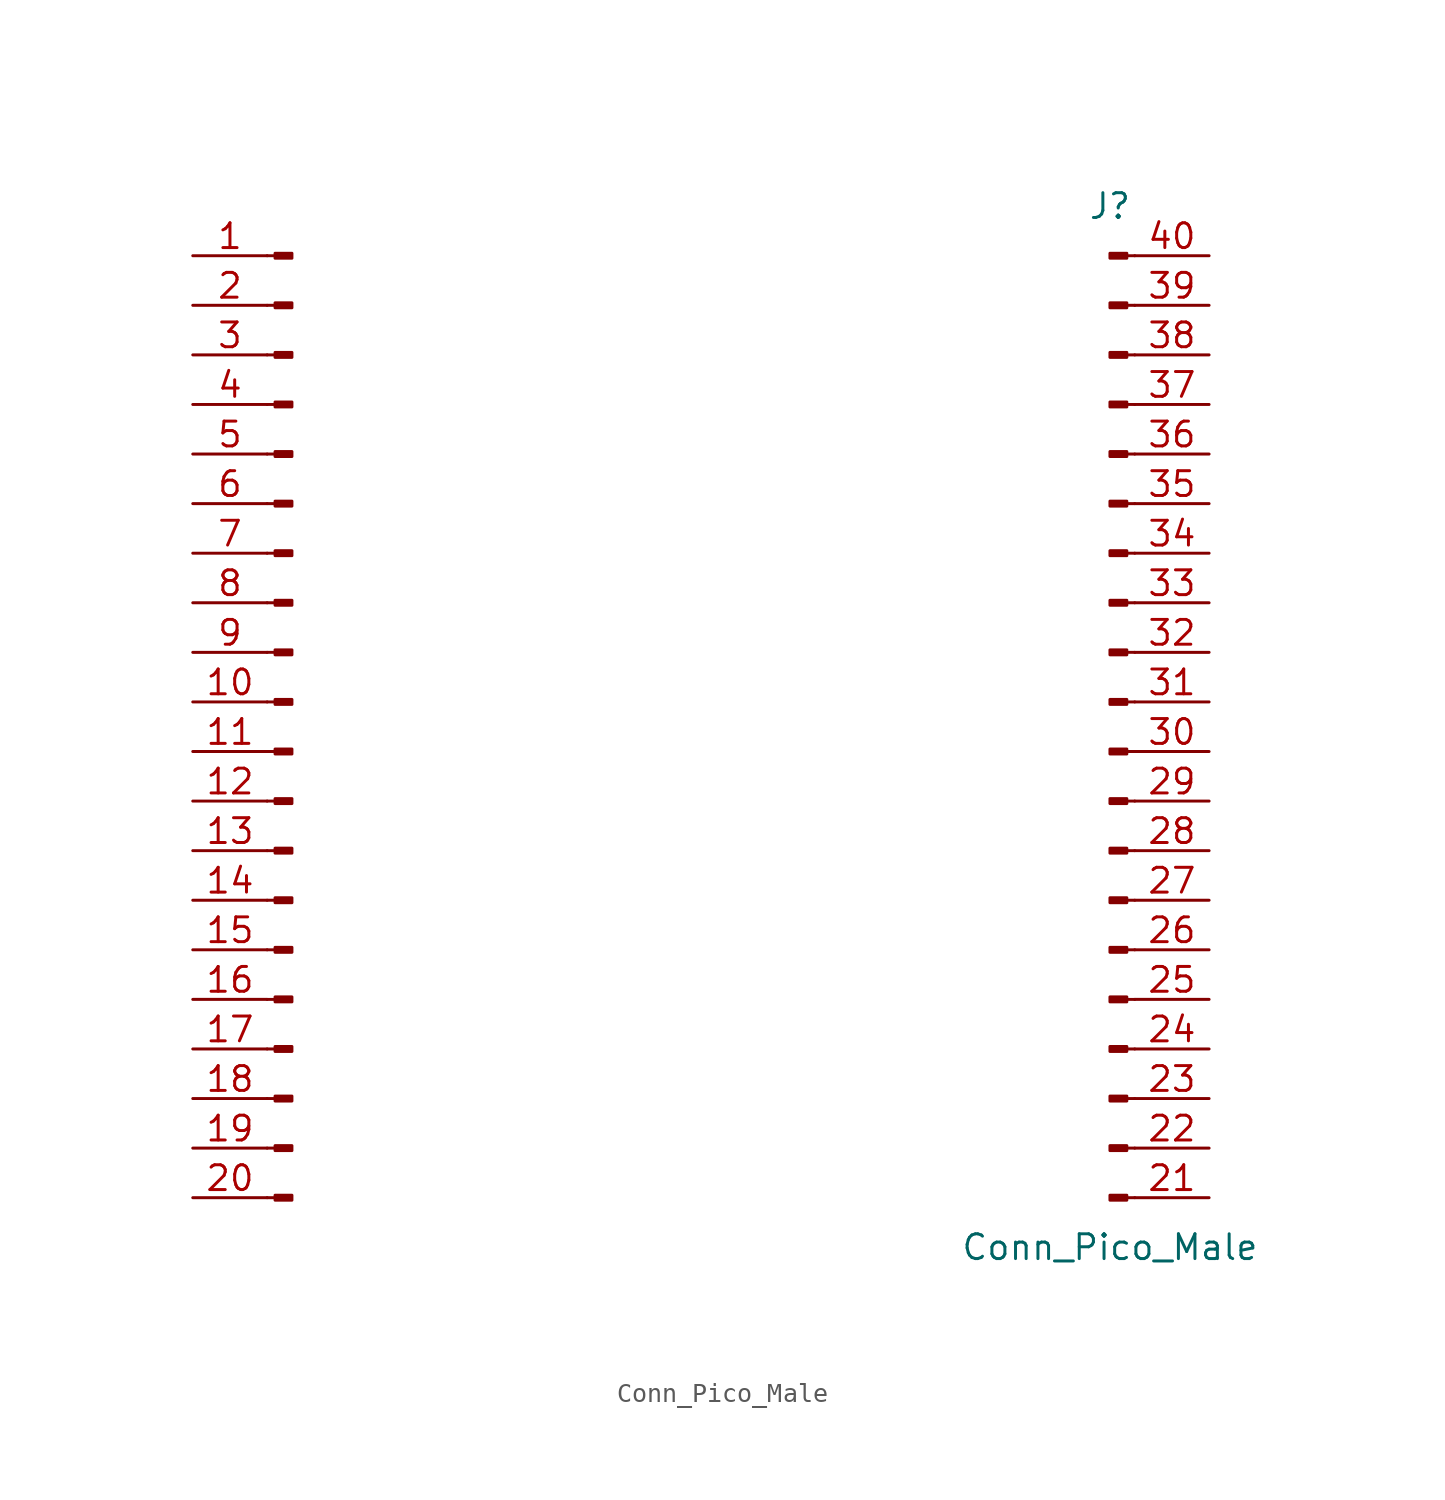
<source format=kicad_sym>
(kicad_symbol_lib
  (version 20241209)
  (generator "kicad_symbol_editor")
  (generator_version "9.0")
  (symbol "Conn_Pico_Male"
    (pin_names
      (offset 1.016)
      (hide yes))
    (property "Reference" "J"
      (at 20.32 26.67 0)
      (effects (font (size 1.27 1.27))))
    (property "Value" "Conn_Pico_Male"
      (at 20.32 -26.67 0)
      (effects (font (size 1.27 1.27))))
    (property "ki_locked" ""
      (at 0 0 0)
      (effects (font (size 1.27 1.27))))
    (symbol "Conn_Pico_Male_1_1"
      (polyline (pts (xy -22.86 24.13) (xy -22.454 24.13)) (stroke (width 0.152) (type default)) (fill (type none)))
      (polyline (pts (xy -22.86 21.59) (xy -22.454 21.59)) (stroke (width 0.152) (type default)) (fill (type none)))
      (polyline (pts (xy -22.86 19.05) (xy -22.454 19.05)) (stroke (width 0.152) (type default)) (fill (type none)))
      (polyline (pts (xy -22.86 16.51) (xy -22.454 16.51)) (stroke (width 0.152) (type default)) (fill (type none)))
      (polyline (pts (xy -22.86 13.97) (xy -22.454 13.97)) (stroke (width 0.152) (type default)) (fill (type none)))
      (polyline (pts (xy -22.86 11.43) (xy -22.454 11.43)) (stroke (width 0.152) (type default)) (fill (type none)))
      (polyline (pts (xy -22.86 8.89) (xy -22.454 8.89)) (stroke (width 0.152) (type default)) (fill (type none)))
      (polyline (pts (xy -22.86 6.35) (xy -22.454 6.35)) (stroke (width 0.152) (type default)) (fill (type none)))
      (polyline (pts (xy -22.86 3.81) (xy -22.454 3.81)) (stroke (width 0.152) (type default)) (fill (type none)))
      (polyline (pts (xy -22.86 1.27) (xy -22.454 1.27)) (stroke (width 0.152) (type default)) (fill (type none)))
      (polyline (pts (xy -22.86 -1.27) (xy -22.454 -1.27)) (stroke (width 0.152) (type default)) (fill (type none)))
      (polyline (pts (xy -22.86 -3.81) (xy -22.454 -3.81)) (stroke (width 0.152) (type default)) (fill (type none)))
      (polyline (pts (xy -22.86 -6.35) (xy -22.454 -6.35)) (stroke (width 0.152) (type default)) (fill (type none)))
      (polyline (pts (xy -22.86 -8.89) (xy -22.454 -8.89)) (stroke (width 0.152) (type default)) (fill (type none)))
      (polyline (pts (xy -22.86 -11.43) (xy -22.454 -11.43)) (stroke (width 0.152) (type default)) (fill (type none)))
      (polyline (pts (xy -22.86 -13.97) (xy -22.454 -13.97)) (stroke (width 0.152) (type default)) (fill (type none)))
      (polyline (pts (xy -22.86 -16.51) (xy -22.454 -16.51)) (stroke (width 0.152) (type default)) (fill (type none)))
      (polyline (pts (xy -22.86 -19.05) (xy -22.454 -19.05)) (stroke (width 0.152) (type default)) (fill (type none)))
      (polyline (pts (xy -22.86 -21.59) (xy -22.454 -21.59)) (stroke (width 0.152) (type default)) (fill (type none)))
      (polyline (pts (xy -22.86 -24.13) (xy -22.454 -24.13)) (stroke (width 0.152) (type default)) (fill (type none)))
      (rectangle (start -22.454 24.257) (end -21.59 24.003) (stroke (width 0.152) (type default)) (fill (type outline)))
      (rectangle (start -22.454 21.717) (end -21.59 21.463) (stroke (width 0.152) (type default)) (fill (type outline)))
      (rectangle (start -22.454 19.177) (end -21.59 18.923) (stroke (width 0.152) (type default)) (fill (type outline)))
      (rectangle (start -22.454 16.637) (end -21.59 16.383) (stroke (width 0.152) (type default)) (fill (type outline)))
      (rectangle (start -22.454 14.097) (end -21.59 13.843) (stroke (width 0.152) (type default)) (fill (type outline)))
      (rectangle (start -22.454 11.557) (end -21.59 11.303) (stroke (width 0.152) (type default)) (fill (type outline)))
      (rectangle (start -22.454 9.017) (end -21.59 8.763) (stroke (width 0.152) (type default)) (fill (type outline)))
      (rectangle (start -22.454 6.477) (end -21.59 6.223) (stroke (width 0.152) (type default)) (fill (type outline)))
      (rectangle (start -22.454 3.937) (end -21.59 3.683) (stroke (width 0.152) (type default)) (fill (type outline)))
      (rectangle (start -22.454 1.397) (end -21.59 1.143) (stroke (width 0.152) (type default)) (fill (type outline)))
      (rectangle (start -22.454 -1.143) (end -21.59 -1.397) (stroke (width 0.152) (type default)) (fill (type outline)))
      (rectangle (start -22.454 -3.683) (end -21.59 -3.937) (stroke (width 0.152) (type default)) (fill (type outline)))
      (rectangle (start -22.454 -6.223) (end -21.59 -6.477) (stroke (width 0.152) (type default)) (fill (type outline)))
      (rectangle (start -22.454 -8.763) (end -21.59 -9.017) (stroke (width 0.152) (type default)) (fill (type outline)))
      (rectangle (start -22.454 -11.303) (end -21.59 -11.557) (stroke (width 0.152) (type default)) (fill (type outline)))
      (rectangle (start -22.454 -13.843) (end -21.59 -14.097) (stroke (width 0.152) (type default)) (fill (type outline)))
      (rectangle (start -22.454 -16.383) (end -21.59 -16.637) (stroke (width 0.152) (type default)) (fill (type outline)))
      (rectangle (start -22.454 -18.923) (end -21.59 -19.177) (stroke (width 0.152) (type default)) (fill (type outline)))
      (rectangle (start -22.454 -21.463) (end -21.59 -21.717) (stroke (width 0.152) (type default)) (fill (type outline)))
      (rectangle (start -22.454 -24.003) (end -21.59 -24.257) (stroke (width 0.152) (type default)) (fill (type outline)))
      (rectangle (start 21.184 24.257) (end 20.32 24.003) (stroke (width 0.152) (type default)) (fill (type outline)))
      (rectangle (start 21.184 21.717) (end 20.32 21.463) (stroke (width 0.152) (type default)) (fill (type outline)))
      (rectangle (start 21.184 19.177) (end 20.32 18.923) (stroke (width 0.152) (type default)) (fill (type outline)))
      (rectangle (start 21.184 16.637) (end 20.32 16.383) (stroke (width 0.152) (type default)) (fill (type outline)))
      (rectangle (start 21.184 14.097) (end 20.32 13.843) (stroke (width 0.152) (type default)) (fill (type outline)))
      (rectangle (start 21.184 11.557) (end 20.32 11.303) (stroke (width 0.152) (type default)) (fill (type outline)))
      (rectangle (start 21.184 9.017) (end 20.32 8.763) (stroke (width 0.152) (type default)) (fill (type outline)))
      (rectangle (start 21.184 6.477) (end 20.32 6.223) (stroke (width 0.152) (type default)) (fill (type outline)))
      (rectangle (start 21.184 3.937) (end 20.32 3.683) (stroke (width 0.152) (type default)) (fill (type outline)))
      (rectangle (start 21.184 1.397) (end 20.32 1.143) (stroke (width 0.152) (type default)) (fill (type outline)))
      (rectangle (start 21.184 -1.143) (end 20.32 -1.397) (stroke (width 0.152) (type default)) (fill (type outline)))
      (rectangle (start 21.184 -3.683) (end 20.32 -3.937) (stroke (width 0.152) (type default)) (fill (type outline)))
      (rectangle (start 21.184 -6.223) (end 20.32 -6.477) (stroke (width 0.152) (type default)) (fill (type outline)))
      (rectangle (start 21.184 -8.763) (end 20.32 -9.017) (stroke (width 0.152) (type default)) (fill (type outline)))
      (rectangle (start 21.184 -11.303) (end 20.32 -11.557) (stroke (width 0.152) (type default)) (fill (type outline)))
      (rectangle (start 21.184 -13.843) (end 20.32 -14.097) (stroke (width 0.152) (type default)) (fill (type outline)))
      (rectangle (start 21.184 -16.383) (end 20.32 -16.637) (stroke (width 0.152) (type default)) (fill (type outline)))
      (rectangle (start 21.184 -18.923) (end 20.32 -19.177) (stroke (width 0.152) (type default)) (fill (type outline)))
      (rectangle (start 21.184 -21.463) (end 20.32 -21.717) (stroke (width 0.152) (type default)) (fill (type outline)))
      (rectangle (start 21.184 -24.003) (end 20.32 -24.257) (stroke (width 0.152) (type default)) (fill (type outline)))
      (polyline (pts (xy 21.59 24.13) (xy 21.184 24.13)) (stroke (width 0.152) (type default)) (fill (type none)))
      (polyline (pts (xy 21.59 21.59) (xy 21.184 21.59)) (stroke (width 0.152) (type default)) (fill (type none)))
      (polyline (pts (xy 21.59 19.05) (xy 21.184 19.05)) (stroke (width 0.152) (type default)) (fill (type none)))
      (polyline (pts (xy 21.59 16.51) (xy 21.184 16.51)) (stroke (width 0.152) (type default)) (fill (type none)))
      (polyline (pts (xy 21.59 13.97) (xy 21.184 13.97)) (stroke (width 0.152) (type default)) (fill (type none)))
      (polyline (pts (xy 21.59 11.43) (xy 21.184 11.43)) (stroke (width 0.152) (type default)) (fill (type none)))
      (polyline (pts (xy 21.59 8.89) (xy 21.184 8.89)) (stroke (width 0.152) (type default)) (fill (type none)))
      (polyline (pts (xy 21.59 6.35) (xy 21.184 6.35)) (stroke (width 0.152) (type default)) (fill (type none)))
      (polyline (pts (xy 21.59 3.81) (xy 21.184 3.81)) (stroke (width 0.152) (type default)) (fill (type none)))
      (polyline (pts (xy 21.59 1.27) (xy 21.184 1.27)) (stroke (width 0.152) (type default)) (fill (type none)))
      (polyline (pts (xy 21.59 -1.27) (xy 21.184 -1.27)) (stroke (width 0.152) (type default)) (fill (type none)))
      (polyline (pts (xy 21.59 -3.81) (xy 21.184 -3.81)) (stroke (width 0.152) (type default)) (fill (type none)))
      (polyline (pts (xy 21.59 -6.35) (xy 21.184 -6.35)) (stroke (width 0.152) (type default)) (fill (type none)))
      (polyline (pts (xy 21.59 -8.89) (xy 21.184 -8.89)) (stroke (width 0.152) (type default)) (fill (type none)))
      (polyline (pts (xy 21.59 -11.43) (xy 21.184 -11.43)) (stroke (width 0.152) (type default)) (fill (type none)))
      (polyline (pts (xy 21.59 -13.97) (xy 21.184 -13.97)) (stroke (width 0.152) (type default)) (fill (type none)))
      (polyline (pts (xy 21.59 -16.51) (xy 21.184 -16.51)) (stroke (width 0.152) (type default)) (fill (type none)))
      (polyline (pts (xy 21.59 -19.05) (xy 21.184 -19.05)) (stroke (width 0.152) (type default)) (fill (type none)))
      (polyline (pts (xy 21.59 -21.59) (xy 21.184 -21.59)) (stroke (width 0.152) (type default)) (fill (type none)))
      (polyline (pts (xy 21.59 -24.13) (xy 21.184 -24.13)) (stroke (width 0.152) (type default)) (fill (type none)))
      (pin passive line (at -26.67 24.13 0) (length 3.81) (name "Pin_1" (effects (font (size 1.27 1.27)))) (number "1" (effects (font (size 1.27 1.27)))))
      (pin passive line (at -26.67 21.59 0) (length 3.81) (name "Pin_2" (effects (font (size 1.27 1.27)))) (number "2" (effects (font (size 1.27 1.27)))))
      (pin passive line (at -26.67 19.05 0) (length 3.81) (name "Pin_3" (effects (font (size 1.27 1.27)))) (number "3" (effects (font (size 1.27 1.27)))))
      (pin passive line (at -26.67 16.51 0) (length 3.81) (name "Pin_4" (effects (font (size 1.27 1.27)))) (number "4" (effects (font (size 1.27 1.27)))))
      (pin passive line (at -26.67 13.97 0) (length 3.81) (name "Pin_5" (effects (font (size 1.27 1.27)))) (number "5" (effects (font (size 1.27 1.27)))))
      (pin passive line (at -26.67 11.43 0) (length 3.81) (name "Pin_6" (effects (font (size 1.27 1.27)))) (number "6" (effects (font (size 1.27 1.27)))))
      (pin passive line (at -26.67 8.89 0) (length 3.81) (name "Pin_7" (effects (font (size 1.27 1.27)))) (number "7" (effects (font (size 1.27 1.27)))))
      (pin passive line (at -26.67 6.35 0) (length 3.81) (name "Pin_8" (effects (font (size 1.27 1.27)))) (number "8" (effects (font (size 1.27 1.27)))))
      (pin passive line (at -26.67 3.81 0) (length 3.81) (name "Pin_9" (effects (font (size 1.27 1.27)))) (number "9" (effects (font (size 1.27 1.27)))))
      (pin passive line (at -26.67 1.27 0) (length 3.81) (name "Pin_10" (effects (font (size 1.27 1.27)))) (number "10" (effects (font (size 1.27 1.27)))))
      (pin passive line (at -26.67 -1.27 0) (length 3.81) (name "Pin_11" (effects (font (size 1.27 1.27)))) (number "11" (effects (font (size 1.27 1.27)))))
      (pin passive line (at -26.67 -3.81 0) (length 3.81) (name "Pin_12" (effects (font (size 1.27 1.27)))) (number "12" (effects (font (size 1.27 1.27)))))
      (pin passive line (at -26.67 -6.35 0) (length 3.81) (name "Pin_13" (effects (font (size 1.27 1.27)))) (number "13" (effects (font (size 1.27 1.27)))))
      (pin passive line (at -26.67 -8.89 0) (length 3.81) (name "Pin_14" (effects (font (size 1.27 1.27)))) (number "14" (effects (font (size 1.27 1.27)))))
      (pin passive line (at -26.67 -11.43 0) (length 3.81) (name "Pin_15" (effects (font (size 1.27 1.27)))) (number "15" (effects (font (size 1.27 1.27)))))
      (pin passive line (at -26.67 -13.97 0) (length 3.81) (name "Pin_16" (effects (font (size 1.27 1.27)))) (number "16" (effects (font (size 1.27 1.27)))))
      (pin passive line (at -26.67 -16.51 0) (length 3.81) (name "Pin_17" (effects (font (size 1.27 1.27)))) (number "17" (effects (font (size 1.27 1.27)))))
      (pin passive line (at -26.67 -19.05 0) (length 3.81) (name "Pin_18" (effects (font (size 1.27 1.27)))) (number "18" (effects (font (size 1.27 1.27)))))
      (pin passive line (at -26.67 -21.59 0) (length 3.81) (name "Pin_19" (effects (font (size 1.27 1.27)))) (number "19" (effects (font (size 1.27 1.27)))))
      (pin passive line (at -26.67 -24.13 0) (length 3.81) (name "Pin_20" (effects (font (size 1.27 1.27)))) (number "20" (effects (font (size 1.27 1.27)))))
      (pin passive line (at 25.4 24.13 180) (length 3.81) (name "Pin_40" (effects (font (size 1.27 1.27)))) (number "40" (effects (font (size 1.27 1.27)))))
      (pin passive line (at 25.4 21.59 180) (length 3.81) (name "Pin_39" (effects (font (size 1.27 1.27)))) (number "39" (effects (font (size 1.27 1.27)))))
      (pin passive line (at 25.4 19.05 180) (length 3.81) (name "Pin_38" (effects (font (size 1.27 1.27)))) (number "38" (effects (font (size 1.27 1.27)))))
      (pin passive line (at 25.4 16.51 180) (length 3.81) (name "Pin_37" (effects (font (size 1.27 1.27)))) (number "37" (effects (font (size 1.27 1.27)))))
      (pin passive line (at 25.4 13.97 180) (length 3.81) (name "Pin_36" (effects (font (size 1.27 1.27)))) (number "36" (effects (font (size 1.27 1.27)))))
      (pin passive line (at 25.4 11.43 180) (length 3.81) (name "Pin_35" (effects (font (size 1.27 1.27)))) (number "35" (effects (font (size 1.27 1.27)))))
      (pin passive line (at 25.4 8.89 180) (length 3.81) (name "Pin_34" (effects (font (size 1.27 1.27)))) (number "34" (effects (font (size 1.27 1.27)))))
      (pin passive line (at 25.4 6.35 180) (length 3.81) (name "Pin_33" (effects (font (size 1.27 1.27)))) (number "33" (effects (font (size 1.27 1.27)))))
      (pin passive line (at 25.4 3.81 180) (length 3.81) (name "Pin_32" (effects (font (size 1.27 1.27)))) (number "32" (effects (font (size 1.27 1.27)))))
      (pin passive line (at 25.4 1.27 180) (length 3.81) (name "Pin_31" (effects (font (size 1.27 1.27)))) (number "31" (effects (font (size 1.27 1.27)))))
      (pin passive line (at 25.4 -1.27 180) (length 3.81) (name "Pin_30" (effects (font (size 1.27 1.27)))) (number "30" (effects (font (size 1.27 1.27)))))
      (pin passive line (at 25.4 -3.81 180) (length 3.81) (name "Pin_29" (effects (font (size 1.27 1.27)))) (number "29" (effects (font (size 1.27 1.27)))))
      (pin passive line (at 25.4 -6.35 180) (length 3.81) (name "Pin_28" (effects (font (size 1.27 1.27)))) (number "28" (effects (font (size 1.27 1.27)))))
      (pin passive line (at 25.4 -8.89 180) (length 3.81) (name "Pin_27" (effects (font (size 1.27 1.27)))) (number "27" (effects (font (size 1.27 1.27)))))
      (pin passive line (at 25.4 -11.43 180) (length 3.81) (name "Pin_26" (effects (font (size 1.27 1.27)))) (number "26" (effects (font (size 1.27 1.27)))))
      (pin passive line (at 25.4 -13.97 180) (length 3.81) (name "Pin_25" (effects (font (size 1.27 1.27)))) (number "25" (effects (font (size 1.27 1.27)))))
      (pin passive line (at 25.4 -16.51 180) (length 3.81) (name "Pin_24" (effects (font (size 1.27 1.27)))) (number "24" (effects (font (size 1.27 1.27)))))
      (pin passive line (at 25.4 -19.05 180) (length 3.81) (name "Pin_23" (effects (font (size 1.27 1.27)))) (number "23" (effects (font (size 1.27 1.27)))))
      (pin passive line (at 25.4 -21.59 180) (length 3.81) (name "Pin_22" (effects (font (size 1.27 1.27)))) (number "22" (effects (font (size 1.27 1.27)))))
      (pin passive line (at 25.4 -24.13 180) (length 3.81) (name "Pin_22" (effects (font (size 1.27 1.27)))) (number "21" (effects (font (size 1.27 1.27))))))))
</source>
